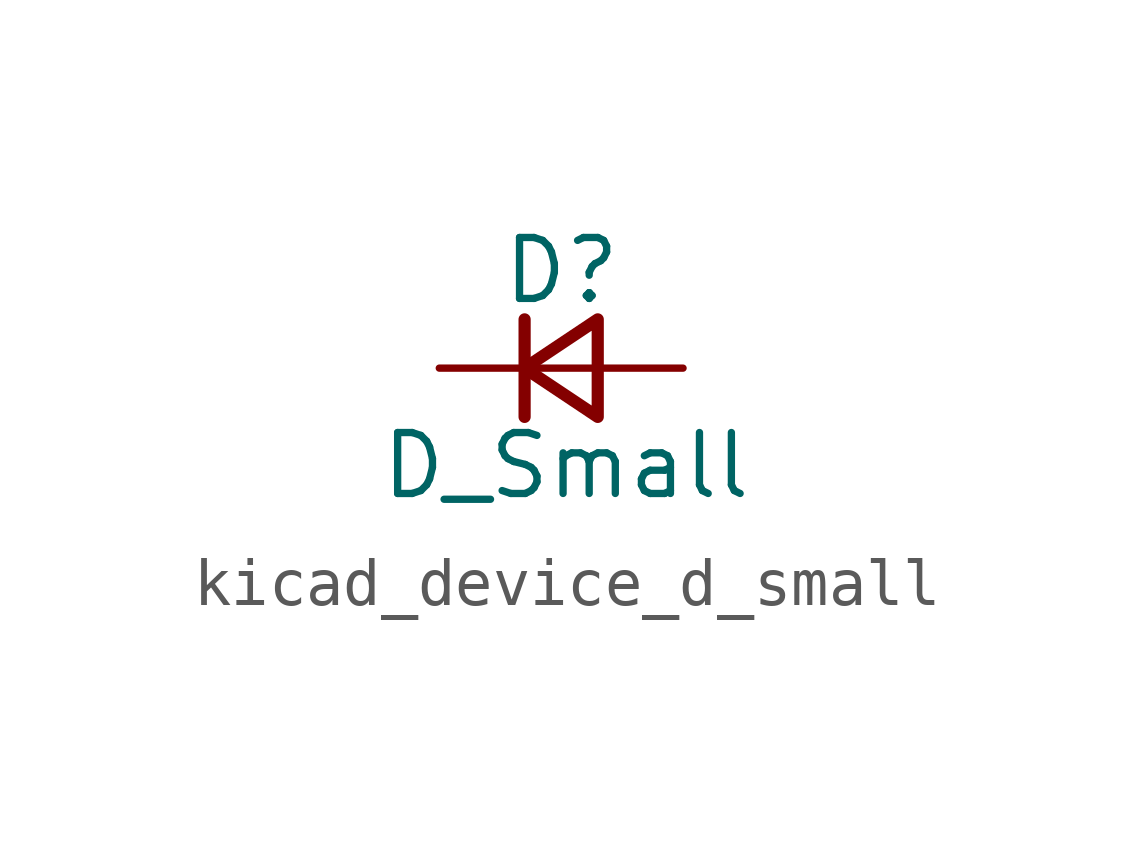
<source format=kicad_sym>
(kicad_symbol_lib
  (version 20220914)
  (generator kicad_symbol_editor)
  (symbol "kicad_device_d_small"
    (pin_numbers hide)
    (pin_names
      (offset 0.254) hide)
    (property "Reference" "D"
      (at -1.27 2.032 0)
      (effects (font (size 1.27 1.27)) (justify left)))
    (property "Value" "D_Small"
      (at -3.81 -2.032 0)
      (effects (font (size 1.27 1.27)) (justify left)))
    (symbol "kicad_device_d_small_0_1"
      (polyline (pts (xy -0.762 -1.016) (xy -0.762 1.016)) (stroke (width 0.254) (type default)) (fill (type none)))
      (polyline (pts (xy -0.762 0) (xy 0.762 0)) (stroke (width 0) (type default)) (fill (type none)))
      (polyline (pts (xy 0.762 -1.016) (xy -0.762 0) (xy 0.762 1.016) (xy 0.762 -1.016)) (stroke (width 0.254) (type default)) (fill (type none))))
    (symbol "kicad_device_d_small_1_1"
      (pin passive line (at -2.54 0 0) (length 1.778) (name "K" (effects (font (size 1.27 1.27)))) (number "1" (effects (font (size 1.27 1.27)))))
      (pin passive line (at 2.54 0 180) (length 1.778) (name "A" (effects (font (size 1.27 1.27)))) (number "2" (effects (font (size 1.27 1.27))))))))
</source>
